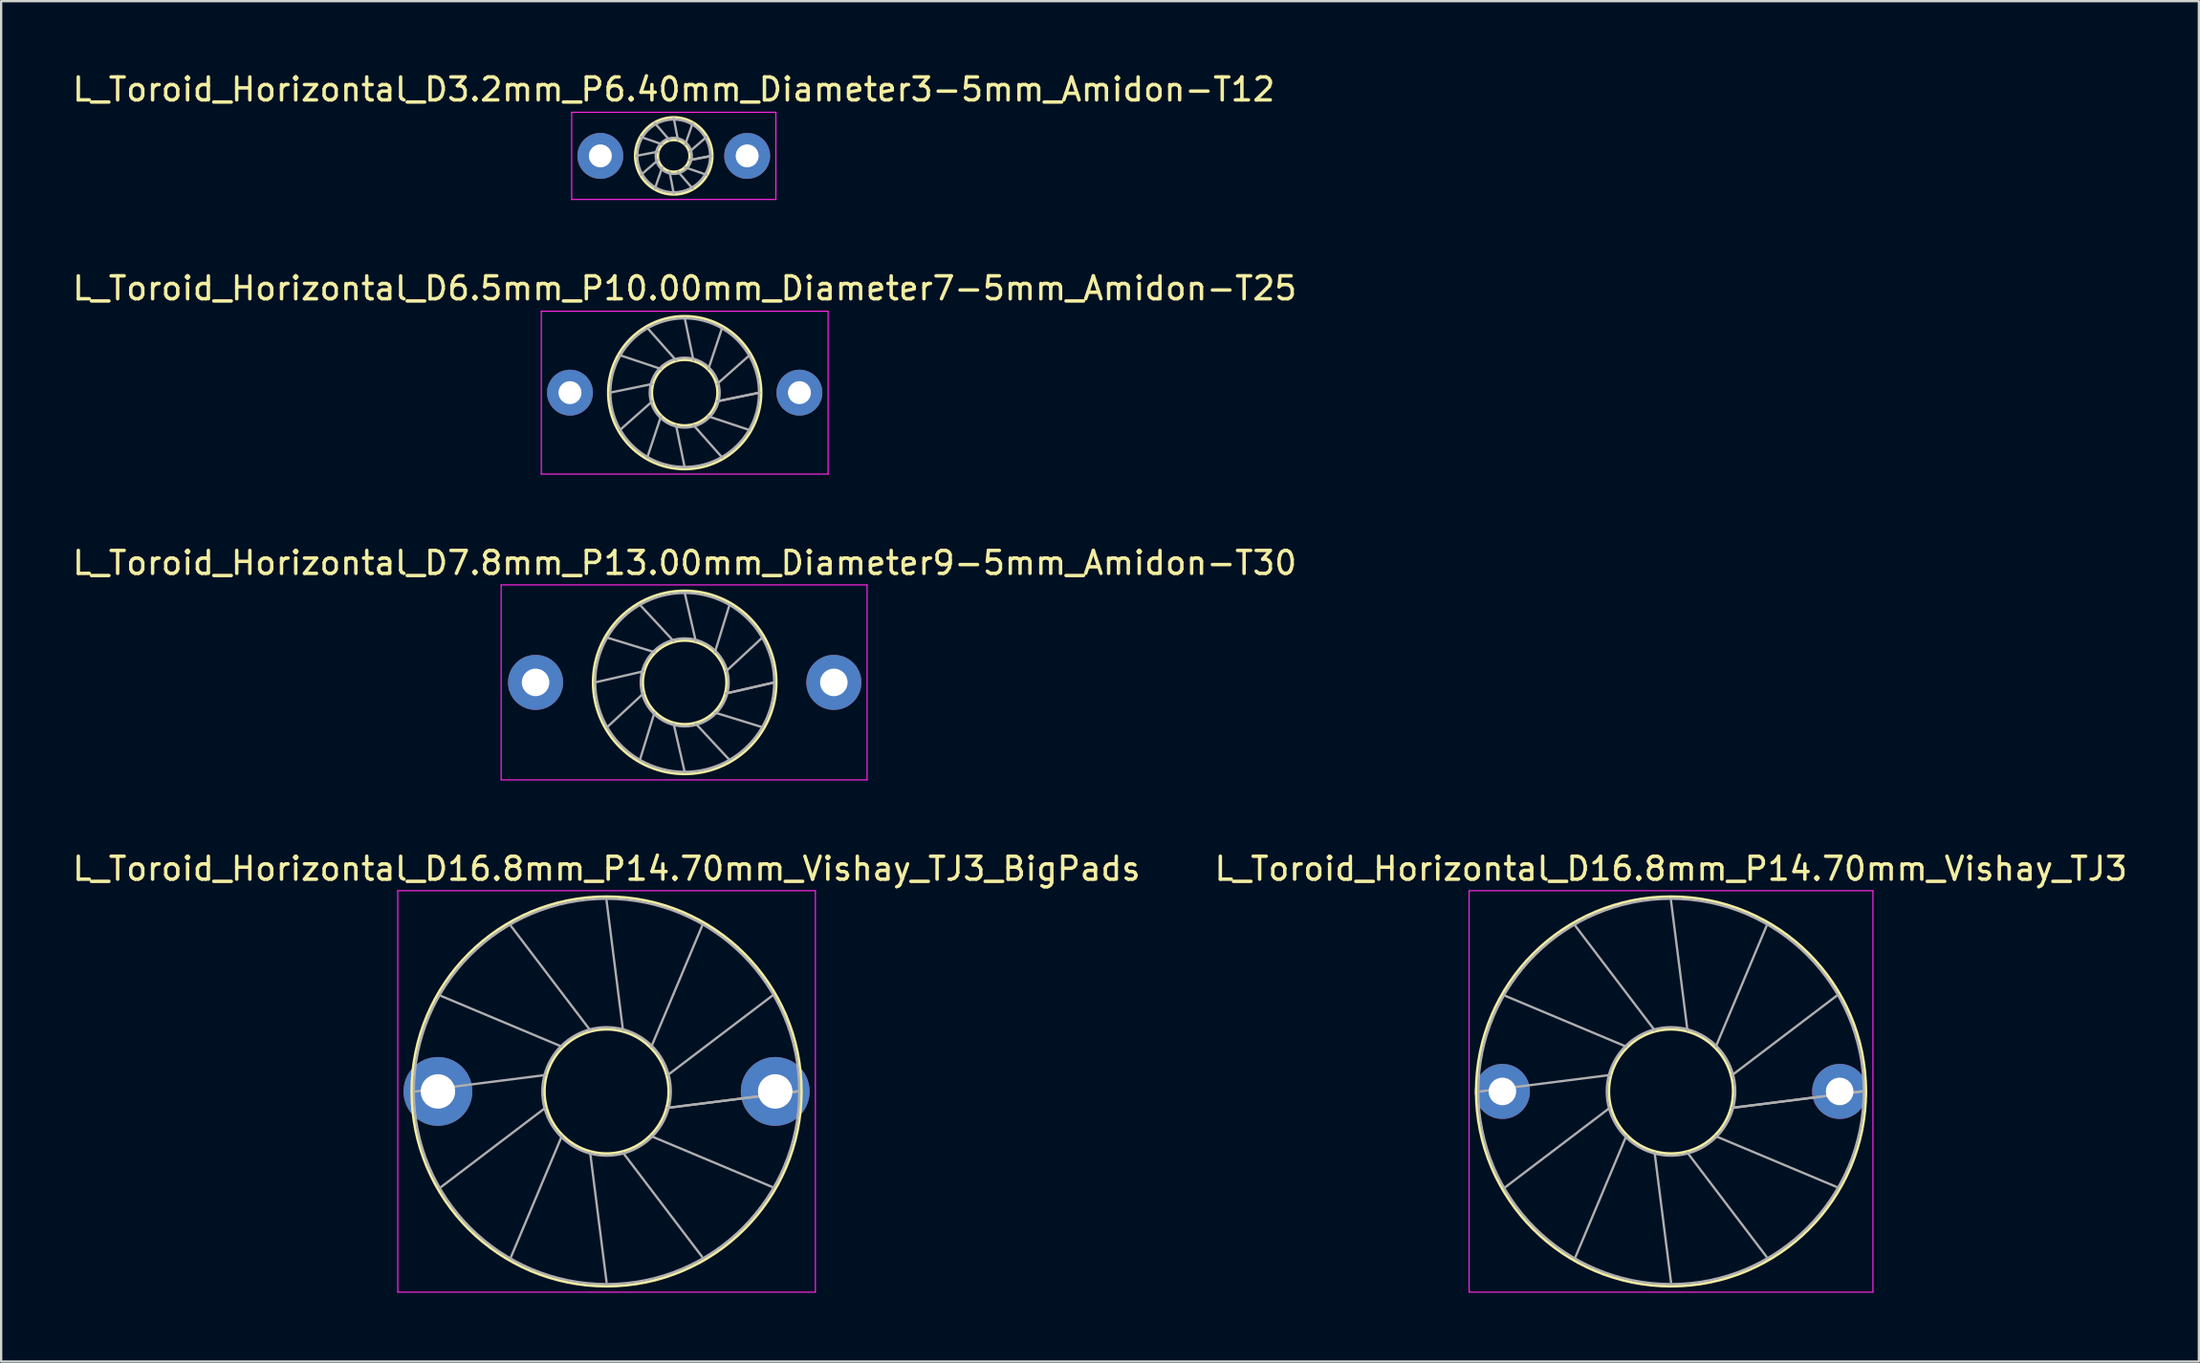
<source format=kicad_pcb>
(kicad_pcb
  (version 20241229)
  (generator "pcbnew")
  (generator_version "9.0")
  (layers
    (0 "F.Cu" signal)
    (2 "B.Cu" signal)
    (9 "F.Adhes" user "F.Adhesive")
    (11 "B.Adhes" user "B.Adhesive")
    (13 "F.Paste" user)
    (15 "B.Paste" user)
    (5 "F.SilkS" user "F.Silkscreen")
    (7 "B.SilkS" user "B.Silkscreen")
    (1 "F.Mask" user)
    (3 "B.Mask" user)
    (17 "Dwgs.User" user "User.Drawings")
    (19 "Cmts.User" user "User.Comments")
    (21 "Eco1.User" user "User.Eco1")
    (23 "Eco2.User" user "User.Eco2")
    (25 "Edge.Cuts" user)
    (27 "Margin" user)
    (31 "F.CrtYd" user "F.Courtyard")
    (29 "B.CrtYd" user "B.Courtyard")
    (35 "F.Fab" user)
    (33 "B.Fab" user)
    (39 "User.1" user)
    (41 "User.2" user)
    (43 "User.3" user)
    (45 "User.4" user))
  (footprint "L_Toroid_Horizontal_D7.8mm_P13.00mm_Diameter9-5mm_Amidon-T30"
    (layer "F.Cu")
    (at 20.292 26.7)
    (property "Reference" "L_Toroid_Horizontal_D7.8mm_P13.00mm_Diameter9-5mm_Amidon-T30" (at 6.5 -5.209 0) (layer "F.SilkS") (effects (font (size 1 1) (thickness 0.15))))
    (attr through_hole)
    (fp_circle (center 6.5 0) (end 8.328 0) (stroke (width 0.12) (type solid)) (fill no) (layer "F.SilkS"))
    (fp_circle (center 6.5 0) (end 10.489 0) (stroke (width 0.12) (type solid)) (fill no) (layer "F.SilkS"))
    (fp_line (start -1.5 -4.25) (end -1.5 4.25) (stroke (width 0.05) (type solid)) (layer "F.CrtYd"))
    (fp_line (start -1.5 4.25) (end 14.45 4.25) (stroke (width 0.05) (type solid)) (layer "F.CrtYd"))
    (fp_line (start 14.45 -4.25) (end -1.5 -4.25) (stroke (width 0.05) (type solid)) (layer "F.CrtYd"))
    (fp_line (start 14.45 4.25) (end 14.45 -4.25) (stroke (width 0.05) (type solid)) (layer "F.CrtYd"))
    (fp_line (start 2.591 0.000362) (end 4.699 -0.482) (stroke (width 0.1) (type solid)) (layer "F.Fab"))
    (fp_line (start 3.114 -1.954) (end 5.182 -1.318) (stroke (width 0.1) (type solid)) (layer "F.Fab"))
    (fp_line (start 3.115 1.955) (end 4.699 0.483) (stroke (width 0.1) (type solid)) (layer "F.Fab"))
    (fp_line (start 4.545 -3.385) (end 6.017 -1.801) (stroke (width 0.1) (type solid)) (layer "F.Fab"))
    (fp_line (start 4.546 3.386) (end 5.182 1.318) (stroke (width 0.1) (type solid)) (layer "F.Fab"))
    (fp_line (start 6.499 -3.909) (end 6.982 -1.801) (stroke (width 0.1) (type solid)) (layer "F.Fab"))
    (fp_line (start 6.5 3.909) (end 6.018 1.801) (stroke (width 0.1) (type solid)) (layer "F.Fab"))
    (fp_line (start 8.454 -3.386) (end 7.818 -1.318) (stroke (width 0.1) (type solid)) (layer "F.Fab"))
    (fp_line (start 8.455 3.385) (end 6.983 1.801) (stroke (width 0.1) (type solid)) (layer "F.Fab"))
    (fp_line (start 9.885 -1.955) (end 8.301 -0.483) (stroke (width 0.1) (type solid)) (layer "F.Fab"))
    (fp_line (start 9.885 1.955) (end 7.818 1.318) (stroke (width 0.1) (type solid)) (layer "F.Fab"))
    (fp_line (start 10.409 -0.001) (end 8.301 0.482) (stroke (width 0.1) (type solid)) (layer "F.Fab"))
    (fp_line (start 10.409 0) (end 8.301 0.482) (stroke (width 0.1) (type solid)) (layer "F.Fab"))
    (fp_circle (center 6.5 0) (end 8.418 0) (stroke (width 0.1) (type solid)) (fill no) (layer "F.Fab"))
    (fp_circle (center 6.5 0) (end 10.399 0) (stroke (width 0.1) (type solid)) (fill no) (layer "F.Fab"))
    (pad "1" thru_hole circle (at 0 0) (size 2.4 2.4) (drill 1.2) (layers "*.Cu" "*.Mask"))
    (pad "2" thru_hole circle (at 13 0) (size 2.4 2.4) (drill 1.2) (layers "*.Cu" "*.Mask")))
  (footprint "L_Toroid_Horizontal_D16.8mm_P14.70mm_Vishay_TJ3"
    (layer "F.Cu")
    (at 62.43 44.533)
    (property "Reference" "L_Toroid_Horizontal_D16.8mm_P14.70mm_Vishay_TJ3" (at 7.35 -9.71 0) (layer "F.SilkS") (effects (font (size 1 1) (thickness 0.15))))
    (attr through_hole)
    (fp_circle (center 7.35 0) (end 10.06 0) (stroke (width 0.12) (type solid)) (fill no) (layer "F.SilkS"))
    (fp_circle (center 7.35 0) (end 15.84 0) (stroke (width 0.12) (type solid)) (fill no) (layer "F.SilkS"))
    (fp_line (start -1.45 -8.75) (end -1.45 8.75) (stroke (width 0.05) (type solid)) (layer "F.CrtYd"))
    (fp_line (start -1.45 8.75) (end 16.15 8.75) (stroke (width 0.05) (type solid)) (layer "F.CrtYd"))
    (fp_line (start 16.15 -8.75) (end -1.45 -8.75) (stroke (width 0.05) (type solid)) (layer "F.CrtYd"))
    (fp_line (start 16.15 8.75) (end 16.15 -8.75) (stroke (width 0.05) (type solid)) (layer "F.CrtYd"))
    (fp_line (start -0.97 0.001) (end 4.68 -0.715) (stroke (width 0.1) (type solid)) (layer "F.Fab"))
    (fp_line (start 0.144 -4.159) (end 5.395 -1.954) (stroke (width 0.1) (type solid)) (layer "F.Fab"))
    (fp_line (start 0.145 4.161) (end 4.68 0.716) (stroke (width 0.1) (type solid)) (layer "F.Fab"))
    (fp_line (start 3.189 -7.205) (end 6.634 -2.67) (stroke (width 0.1) (type solid)) (layer "F.Fab"))
    (fp_line (start 3.19 7.206) (end 5.396 1.955) (stroke (width 0.1) (type solid)) (layer "F.Fab"))
    (fp_line (start 7.349 -8.32) (end 8.065 -2.67) (stroke (width 0.1) (type solid)) (layer "F.Fab"))
    (fp_line (start 7.35 8.32) (end 6.635 2.67) (stroke (width 0.1) (type solid)) (layer "F.Fab"))
    (fp_line (start 11.509 -7.206) (end 9.304 -1.955) (stroke (width 0.1) (type solid)) (layer "F.Fab"))
    (fp_line (start 11.51 7.205) (end 8.066 2.67) (stroke (width 0.1) (type solid)) (layer "F.Fab"))
    (fp_line (start 14.555 -4.161) (end 10.02 -0.716) (stroke (width 0.1) (type solid)) (layer "F.Fab"))
    (fp_line (start 14.556 4.16) (end 9.305 1.955) (stroke (width 0.1) (type solid)) (layer "F.Fab"))
    (fp_line (start 15.67 -0.002) (end 10.02 0.715) (stroke (width 0.1) (type solid)) (layer "F.Fab"))
    (fp_line (start 15.67 0) (end 10.02 0.715) (stroke (width 0.1) (type solid)) (layer "F.Fab"))
    (fp_circle (center 7.35 0) (end 10.15 0) (stroke (width 0.1) (type solid)) (fill no) (layer "F.Fab"))
    (fp_circle (center 7.35 0) (end 15.75 0) (stroke (width 0.1) (type solid)) (fill no) (layer "F.Fab"))
    (pad "1" thru_hole circle (at 0 0) (size 2.4 2.4) (drill 1.2) (layers "*.Cu" "*.Mask"))
    (pad "2" thru_hole circle (at 14.7 0) (size 2.4 2.4) (drill 1.2) (layers "*.Cu" "*.Mask")))
  (footprint "L_Toroid_Horizontal_D6.5mm_P10.00mm_Diameter7-5mm_Amidon-T25"
    (layer "F.Cu")
    (at 21.792 14.068)
    (property "Reference" "L_Toroid_Horizontal_D6.5mm_P10.00mm_Diameter7-5mm_Amidon-T25" (at 5 -4.548 0) (layer "F.SilkS") (effects (font (size 1 1) (thickness 0.15))))
    (attr through_hole)
    (fp_circle (center 5 0) (end 6.434 0) (stroke (width 0.12) (type solid)) (fill no) (layer "F.SilkS"))
    (fp_circle (center 5 0) (end 8.329 0) (stroke (width 0.12) (type solid)) (fill no) (layer "F.SilkS"))
    (fp_line (start -1.25 -3.55) (end -1.25 3.55) (stroke (width 0.05) (type solid)) (layer "F.CrtYd"))
    (fp_line (start -1.25 3.55) (end 11.25 3.55) (stroke (width 0.05) (type solid)) (layer "F.CrtYd"))
    (fp_line (start 11.25 -3.55) (end -1.25 -3.55) (stroke (width 0.05) (type solid)) (layer "F.CrtYd"))
    (fp_line (start 11.25 3.55) (end 11.25 -3.55) (stroke (width 0.05) (type solid)) (layer "F.CrtYd"))
    (fp_line (start 1.738 0.000302) (end 3.587 -0.378) (stroke (width 0.1) (type solid)) (layer "F.Fab"))
    (fp_line (start 2.175 -1.631) (end 3.966 -1.034) (stroke (width 0.1) (type solid)) (layer "F.Fab"))
    (fp_line (start 2.175 1.631) (end 3.587 0.379) (stroke (width 0.1) (type solid)) (layer "F.Fab"))
    (fp_line (start 3.369 -2.825) (end 4.621 -1.413) (stroke (width 0.1) (type solid)) (layer "F.Fab"))
    (fp_line (start 3.369 2.825) (end 3.966 1.034) (stroke (width 0.1) (type solid)) (layer "F.Fab"))
    (fp_line (start 5 -3.262) (end 5.378 -1.413) (stroke (width 0.1) (type solid)) (layer "F.Fab"))
    (fp_line (start 5 3.262) (end 4.622 1.413) (stroke (width 0.1) (type solid)) (layer "F.Fab"))
    (fp_line (start 6.631 -2.825) (end 6.034 -1.034) (stroke (width 0.1) (type solid)) (layer "F.Fab"))
    (fp_line (start 6.631 2.825) (end 5.379 1.413) (stroke (width 0.1) (type solid)) (layer "F.Fab"))
    (fp_line (start 7.825 -1.631) (end 6.413 -0.379) (stroke (width 0.1) (type solid)) (layer "F.Fab"))
    (fp_line (start 7.825 1.631) (end 6.034 1.034) (stroke (width 0.1) (type solid)) (layer "F.Fab"))
    (fp_line (start 8.262 -0.001) (end 6.413 0.378) (stroke (width 0.1) (type solid)) (layer "F.Fab"))
    (fp_line (start 8.262 0) (end 6.413 0.379) (stroke (width 0.1) (type solid)) (layer "F.Fab"))
    (fp_circle (center 5 0) (end 6.524 0) (stroke (width 0.1) (type solid)) (fill no) (layer "F.Fab"))
    (fp_circle (center 5 0) (end 8.239 0) (stroke (width 0.1) (type solid)) (fill no) (layer "F.Fab"))
    (pad "1" thru_hole circle (at 0 0) (size 2 2) (drill 1) (layers "*.Cu" "*.Mask"))
    (pad "2" thru_hole circle (at 10 0) (size 2 2) (drill 1) (layers "*.Cu" "*.Mask")))
  (footprint "L_Toroid_Horizontal_D3.2mm_P6.40mm_Diameter3-5mm_Amidon-T12"
    (layer "F.Cu")
    (at 23.115 3.746)
    (property "Reference" "L_Toroid_Horizontal_D3.2mm_P6.40mm_Diameter3-5mm_Amidon-T12" (at 3.2 -2.897 0) (layer "F.SilkS") (effects (font (size 1 1) (thickness 0.15))))
    (attr through_hole)
    (fp_circle (center 3.2 0) (end 3.897 0) (stroke (width 0.12) (type solid)) (fill no) (layer "F.SilkS"))
    (fp_circle (center 3.2 0) (end 4.878 0) (stroke (width 0.12) (type solid)) (fill no) (layer "F.SilkS"))
    (fp_line (start -1.25 -1.9) (end -1.25 1.9) (stroke (width 0.05) (type solid)) (layer "F.CrtYd"))
    (fp_line (start -1.25 1.9) (end 7.65 1.9) (stroke (width 0.05) (type solid)) (layer "F.CrtYd"))
    (fp_line (start 7.65 -1.9) (end -1.25 -1.9) (stroke (width 0.05) (type solid)) (layer "F.CrtYd"))
    (fp_line (start 7.65 1.9) (end 7.65 -1.9) (stroke (width 0.05) (type solid)) (layer "F.CrtYd"))
    (fp_line (start 1.556 0.000152) (end 2.513 -0.184) (stroke (width 0.1) (type solid)) (layer "F.Fab"))
    (fp_line (start 1.776 -0.822) (end 2.697 -0.503) (stroke (width 0.1) (type solid)) (layer "F.Fab"))
    (fp_line (start 1.776 0.822) (end 2.513 0.184) (stroke (width 0.1) (type solid)) (layer "F.Fab"))
    (fp_line (start 2.378 -1.424) (end 3.016 -0.687) (stroke (width 0.1) (type solid)) (layer "F.Fab"))
    (fp_line (start 2.378 1.424) (end 2.697 0.503) (stroke (width 0.1) (type solid)) (layer "F.Fab"))
    (fp_line (start 3.2 -1.644) (end 3.384 -0.687) (stroke (width 0.1) (type solid)) (layer "F.Fab"))
    (fp_line (start 3.2 1.644) (end 3.016 0.687) (stroke (width 0.1) (type solid)) (layer "F.Fab"))
    (fp_line (start 4.022 -1.424) (end 3.703 -0.503) (stroke (width 0.1) (type solid)) (layer "F.Fab"))
    (fp_line (start 4.022 1.424) (end 3.384 0.687) (stroke (width 0.1) (type solid)) (layer "F.Fab"))
    (fp_line (start 4.624 -0.822) (end 3.887 -0.184) (stroke (width 0.1) (type solid)) (layer "F.Fab"))
    (fp_line (start 4.624 0.822) (end 3.703 0.503) (stroke (width 0.1) (type solid)) (layer "F.Fab"))
    (fp_line (start 4.844 -0.000305) (end 3.887 0.184) (stroke (width 0.1) (type solid)) (layer "F.Fab"))
    (fp_line (start 4.844 0) (end 3.887 0.184) (stroke (width 0.1) (type solid)) (layer "F.Fab"))
    (fp_circle (center 3.2 0) (end 3.987 0) (stroke (width 0.1) (type solid)) (fill no) (layer "F.Fab"))
    (fp_circle (center 3.2 0) (end 4.787 0) (stroke (width 0.1) (type solid)) (fill no) (layer "F.Fab"))
    (pad "1" thru_hole circle (at 0 0) (size 2 2) (drill 1) (layers "*.Cu" "*.Mask"))
    (pad "2" thru_hole circle (at 6.4 0) (size 2 2) (drill 1) (layers "*.Cu" "*.Mask")))
  (footprint "L_Toroid_Horizontal_D16.8mm_P14.70mm_Vishay_TJ3_BigPads"
    (layer "F.Cu")
    (at 16.037 44.533)
    (property "Reference" "L_Toroid_Horizontal_D16.8mm_P14.70mm_Vishay_TJ3_BigPads" (at 7.35 -9.71 0) (layer "F.SilkS") (effects (font (size 1 1) (thickness 0.15))))
    (attr through_hole)
    (fp_circle (center 7.35 0) (end 10.06 0) (stroke (width 0.12) (type solid)) (fill no) (layer "F.SilkS"))
    (fp_circle (center 7.35 0) (end 15.84 0) (stroke (width 0.12) (type solid)) (fill no) (layer "F.SilkS"))
    (fp_line (start -1.75 -8.75) (end -1.75 8.75) (stroke (width 0.05) (type solid)) (layer "F.CrtYd"))
    (fp_line (start -1.75 8.75) (end 16.45 8.75) (stroke (width 0.05) (type solid)) (layer "F.CrtYd"))
    (fp_line (start 16.45 -8.75) (end -1.75 -8.75) (stroke (width 0.05) (type solid)) (layer "F.CrtYd"))
    (fp_line (start 16.45 8.75) (end 16.45 -8.75) (stroke (width 0.05) (type solid)) (layer "F.CrtYd"))
    (fp_line (start -0.97 0.001) (end 4.68 -0.715) (stroke (width 0.1) (type solid)) (layer "F.Fab"))
    (fp_line (start 0.144 -4.159) (end 5.395 -1.954) (stroke (width 0.1) (type solid)) (layer "F.Fab"))
    (fp_line (start 0.145 4.161) (end 4.68 0.716) (stroke (width 0.1) (type solid)) (layer "F.Fab"))
    (fp_line (start 3.189 -7.205) (end 6.634 -2.67) (stroke (width 0.1) (type solid)) (layer "F.Fab"))
    (fp_line (start 3.19 7.206) (end 5.396 1.955) (stroke (width 0.1) (type solid)) (layer "F.Fab"))
    (fp_line (start 7.349 -8.32) (end 8.065 -2.67) (stroke (width 0.1) (type solid)) (layer "F.Fab"))
    (fp_line (start 7.35 8.32) (end 6.635 2.67) (stroke (width 0.1) (type solid)) (layer "F.Fab"))
    (fp_line (start 11.509 -7.206) (end 9.304 -1.955) (stroke (width 0.1) (type solid)) (layer "F.Fab"))
    (fp_line (start 11.51 7.205) (end 8.066 2.67) (stroke (width 0.1) (type solid)) (layer "F.Fab"))
    (fp_line (start 14.555 -4.161) (end 10.02 -0.716) (stroke (width 0.1) (type solid)) (layer "F.Fab"))
    (fp_line (start 14.556 4.16) (end 9.305 1.955) (stroke (width 0.1) (type solid)) (layer "F.Fab"))
    (fp_line (start 15.67 -0.002) (end 10.02 0.715) (stroke (width 0.1) (type solid)) (layer "F.Fab"))
    (fp_line (start 15.67 0) (end 10.02 0.715) (stroke (width 0.1) (type solid)) (layer "F.Fab"))
    (fp_circle (center 7.35 0) (end 10.15 0) (stroke (width 0.1) (type solid)) (fill no) (layer "F.Fab"))
    (fp_circle (center 7.35 0) (end 15.75 0) (stroke (width 0.1) (type solid)) (fill no) (layer "F.Fab"))
    (pad "1" thru_hole circle (at 0 0) (size 3 3) (drill 1.5) (layers "*.Cu" "*.Mask"))
    (pad "2" thru_hole circle (at 14.7 0) (size 3 3) (drill 1.5) (layers "*.Cu" "*.Mask")))
  (gr_rect
    (start -3 -3)
    (end 92.786 56.308)
    (stroke (width 0.1) (type default))
    (fill no)
    (layer "Edge.Cuts")))
</source>
